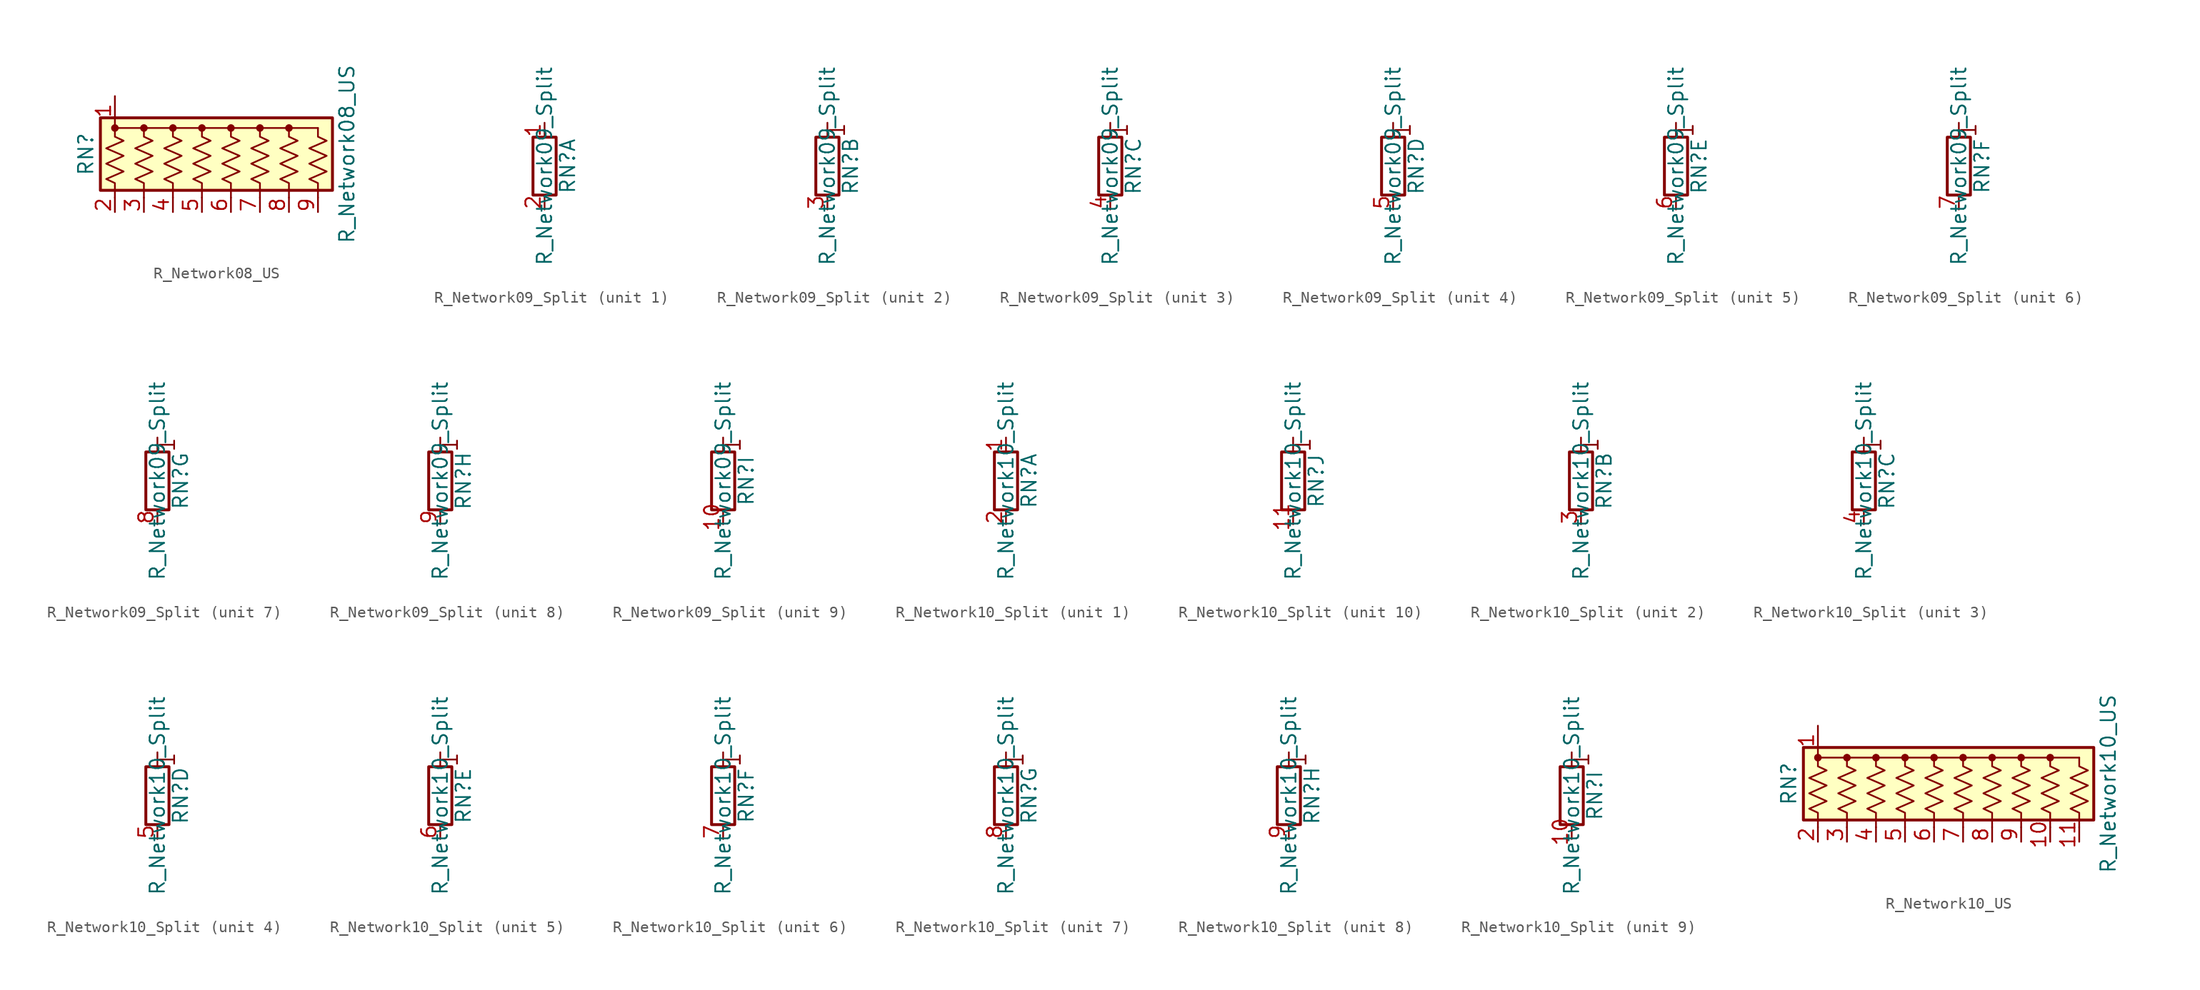
<source format=kicad_sym>
(kicad_symbol_lib
  (version 20211014)
  (generator kicad_symbol_editor)
  (symbol "R_Network08_US"
    (pin_names
      (offset 0) hide)
    (property "Reference" "RN"
      (at -12.7 0 90)
      (effects (font (size 1.27 1.27))))
    (property "Value" "R_Network08_US"
      (at 10.16 0 90)
      (effects (font (size 1.27 1.27))))
    (symbol "R_Network08_US_0_1"
      (rectangle (start -11.43 -3.175) (end 8.89 3.175) (stroke (width 0.254) (type default) (color 0 0 0 0)) (fill (type background)))
      (circle (center -10.16 2.286) (radius 0.254) (stroke (width 0) (type default) (color 0 0 0 0)) (fill (type outline)))
      (circle (center -7.62 2.286) (radius 0.254) (stroke (width 0) (type default) (color 0 0 0 0)) (fill (type outline)))
      (circle (center -5.08 2.286) (radius 0.254) (stroke (width 0) (type default) (color 0 0 0 0)) (fill (type outline)))
      (circle (center -2.54 2.286) (radius 0.254) (stroke (width 0) (type default) (color 0 0 0 0)) (fill (type outline)))
      (polyline (pts (xy -10.16 2.286) (xy 7.62 2.286)) (stroke (width 0) (type default) (color 0 0 0 0)) (fill (type none)))
      (polyline (pts (xy -10.16 2.286) (xy -10.16 1.524) (xy -9.398 1.168) (xy -10.922 0.508) (xy -9.398 -0.152) (xy -10.922 -0.838) (xy -9.398 -1.524) (xy -10.922 -2.184) (xy -10.16 -2.54) (xy -10.16 -3.81)) (stroke (width 0) (type default) (color 0 0 0 0)) (fill (type none)))
      (polyline (pts (xy -7.62 2.286) (xy -7.62 1.524) (xy -6.858 1.168) (xy -8.382 0.508) (xy -6.858 -0.152) (xy -8.382 -0.838) (xy -6.858 -1.524) (xy -8.382 -2.184) (xy -7.62 -2.54) (xy -7.62 -3.81)) (stroke (width 0) (type default) (color 0 0 0 0)) (fill (type none)))
      (polyline (pts (xy -5.08 2.286) (xy -5.08 1.524) (xy -4.318 1.168) (xy -5.842 0.508) (xy -4.318 -0.152) (xy -5.842 -0.838) (xy -4.318 -1.524) (xy -5.842 -2.184) (xy -5.08 -2.54) (xy -5.08 -3.81)) (stroke (width 0) (type default) (color 0 0 0 0)) (fill (type none)))
      (polyline (pts (xy -2.54 2.286) (xy -2.54 1.524) (xy -1.778 1.168) (xy -3.302 0.508) (xy -1.778 -0.152) (xy -3.302 -0.838) (xy -1.778 -1.524) (xy -3.302 -2.184) (xy -2.54 -2.54) (xy -2.54 -3.81)) (stroke (width 0) (type default) (color 0 0 0 0)) (fill (type none)))
      (polyline (pts (xy 0 2.286) (xy 0 1.524) (xy 0.762 1.168) (xy -0.762 0.508) (xy 0.762 -0.152) (xy -0.762 -0.838) (xy 0.762 -1.524) (xy -0.762 -2.184) (xy 0 -2.54) (xy 0 -3.81)) (stroke (width 0) (type default) (color 0 0 0 0)) (fill (type none)))
      (polyline (pts (xy 2.54 2.286) (xy 2.54 1.524) (xy 3.302 1.168) (xy 1.778 0.508) (xy 3.302 -0.152) (xy 1.778 -0.838) (xy 3.302 -1.524) (xy 1.778 -2.184) (xy 2.54 -2.54) (xy 2.54 -3.81)) (stroke (width 0) (type default) (color 0 0 0 0)) (fill (type none)))
      (polyline (pts (xy 5.08 2.286) (xy 5.08 1.524) (xy 5.842 1.168) (xy 4.318 0.508) (xy 5.842 -0.152) (xy 4.318 -0.838) (xy 5.842 -1.524) (xy 4.318 -2.184) (xy 5.08 -2.54) (xy 5.08 -3.81)) (stroke (width 0) (type default) (color 0 0 0 0)) (fill (type none)))
      (polyline (pts (xy 7.62 2.286) (xy 7.62 1.524) (xy 8.382 1.168) (xy 6.858 0.508) (xy 8.382 -0.152) (xy 6.858 -0.838) (xy 8.382 -1.524) (xy 6.858 -2.184) (xy 7.62 -2.54) (xy 7.62 -3.81)) (stroke (width 0) (type default) (color 0 0 0 0)) (fill (type none)))
      (circle (center 0 2.286) (radius 0.254) (stroke (width 0) (type default) (color 0 0 0 0)) (fill (type outline)))
      (circle (center 2.54 2.286) (radius 0.254) (stroke (width 0) (type default) (color 0 0 0 0)) (fill (type outline)))
      (circle (center 5.08 2.286) (radius 0.254) (stroke (width 0) (type default) (color 0 0 0 0)) (fill (type outline))))
    (symbol "R_Network08_US_1_1"
      (pin passive line (at -10.16 5.08 270) (length 2.54) (name "common" (effects (font (size 1.27 1.27)))) (number "1" (effects (font (size 1.27 1.27)))))
      (pin passive line (at -10.16 -5.08 90) (length 1.27) (name "R1" (effects (font (size 1.27 1.27)))) (number "2" (effects (font (size 1.27 1.27)))))
      (pin passive line (at -7.62 -5.08 90) (length 1.27) (name "R2" (effects (font (size 1.27 1.27)))) (number "3" (effects (font (size 1.27 1.27)))))
      (pin passive line (at -5.08 -5.08 90) (length 1.27) (name "R3" (effects (font (size 1.27 1.27)))) (number "4" (effects (font (size 1.27 1.27)))))
      (pin passive line (at -2.54 -5.08 90) (length 1.27) (name "R4" (effects (font (size 1.27 1.27)))) (number "5" (effects (font (size 1.27 1.27)))))
      (pin passive line (at 0 -5.08 90) (length 1.27) (name "R5" (effects (font (size 1.27 1.27)))) (number "6" (effects (font (size 1.27 1.27)))))
      (pin passive line (at 2.54 -5.08 90) (length 1.27) (name "R6" (effects (font (size 1.27 1.27)))) (number "7" (effects (font (size 1.27 1.27)))))
      (pin passive line (at 5.08 -5.08 90) (length 1.27) (name "R7" (effects (font (size 1.27 1.27)))) (number "8" (effects (font (size 1.27 1.27)))))
      (pin passive line (at 7.62 -5.08 90) (length 1.27) (name "R8" (effects (font (size 1.27 1.27)))) (number "9" (effects (font (size 1.27 1.27)))))))
  (symbol "R_Network09_Split"
    (pin_names
      (offset 0) hide)
    (property "Reference" "RN"
      (at 2.032 0 90)
      (effects (font (size 1.27 1.27))))
    (property "Value" "R_Network09_Split"
      (at 0 0 90)
      (effects (font (size 1.27 1.27))))
    (symbol "R_Network09_Split_0_1"
      (rectangle (start 1.016 2.54) (end -1.016 -2.54) (stroke (width 0.254) (type default) (color 0 0 0 0)) (fill (type none))))
    (symbol "R_Network09_Split_1_1"
      (pin passive line (at 0 3.81 270) (length 1.27) (name "R1.1" (effects (font (size 1.27 1.27)))) (number "1" (effects (font (size 1.27 1.27)))))
      (pin passive line (at 0 -3.81 90) (length 1.27) (name "R1.2" (effects (font (size 1.27 1.27)))) (number "2" (effects (font (size 1.27 1.27))))))
    (symbol "R_Network09_Split_2_1"
      (polyline (pts (xy 0 2.54) (xy 0 3.81)) (stroke (width 0) (type default) (color 0 0 0 0)) (fill (type none)))
      (text "1" (at 0.889 3.175 900) (effects (font (size 1.27 1.27))))
      (pin passive line (at 0 -3.81 90) (length 1.27) (name "R2.2" (effects (font (size 1.27 1.27)))) (number "3" (effects (font (size 1.27 1.27))))))
    (symbol "R_Network09_Split_3_1"
      (polyline (pts (xy 0 2.54) (xy 0 3.81)) (stroke (width 0) (type default) (color 0 0 0 0)) (fill (type none)))
      (text "1" (at 0.889 3.175 900) (effects (font (size 1.27 1.27))))
      (pin passive line (at 0 -3.81 90) (length 1.27) (name "R3.2" (effects (font (size 1.27 1.27)))) (number "4" (effects (font (size 1.27 1.27))))))
    (symbol "R_Network09_Split_4_1"
      (polyline (pts (xy 0 2.54) (xy 0 3.81)) (stroke (width 0) (type default) (color 0 0 0 0)) (fill (type none)))
      (text "1" (at 0.889 3.175 900) (effects (font (size 1.27 1.27))))
      (pin passive line (at 0 -3.81 90) (length 1.27) (name "R4.2" (effects (font (size 1.27 1.27)))) (number "5" (effects (font (size 1.27 1.27))))))
    (symbol "R_Network09_Split_5_1"
      (polyline (pts (xy 0 2.54) (xy 0 3.81)) (stroke (width 0) (type default) (color 0 0 0 0)) (fill (type none)))
      (text "1" (at 0.889 3.175 900) (effects (font (size 1.27 1.27))))
      (pin passive line (at 0 -3.81 90) (length 1.27) (name "R5.2" (effects (font (size 1.27 1.27)))) (number "6" (effects (font (size 1.27 1.27))))))
    (symbol "R_Network09_Split_6_1"
      (polyline (pts (xy 0 2.54) (xy 0 3.81)) (stroke (width 0) (type default) (color 0 0 0 0)) (fill (type none)))
      (text "1" (at 0.889 3.175 900) (effects (font (size 1.27 1.27))))
      (pin passive line (at 0 -3.81 90) (length 1.27) (name "R6.2" (effects (font (size 1.27 1.27)))) (number "7" (effects (font (size 1.27 1.27))))))
    (symbol "R_Network09_Split_7_1"
      (polyline (pts (xy 0 2.54) (xy 0 3.81)) (stroke (width 0) (type default) (color 0 0 0 0)) (fill (type none)))
      (text "1" (at 0.889 3.175 900) (effects (font (size 1.27 1.27))))
      (pin passive line (at 0 -3.81 90) (length 1.27) (name "R7.2" (effects (font (size 1.27 1.27)))) (number "8" (effects (font (size 1.27 1.27))))))
    (symbol "R_Network09_Split_8_1"
      (polyline (pts (xy 0 2.54) (xy 0 3.81)) (stroke (width 0) (type default) (color 0 0 0 0)) (fill (type none)))
      (text "1" (at 0.889 3.175 900) (effects (font (size 1.27 1.27))))
      (pin passive line (at 0 -3.81 90) (length 1.27) (name "R8.2" (effects (font (size 1.27 1.27)))) (number "9" (effects (font (size 1.27 1.27))))))
    (symbol "R_Network09_Split_9_1"
      (polyline (pts (xy 0 2.54) (xy 0 3.81)) (stroke (width 0) (type default) (color 0 0 0 0)) (fill (type none)))
      (text "1" (at 0.889 3.175 900) (effects (font (size 1.27 1.27))))
      (pin passive line (at 0 -3.81 90) (length 1.27) (name "R9.2" (effects (font (size 1.27 1.27)))) (number "10" (effects (font (size 1.27 1.27)))))))
  (symbol "R_Network10_Split"
    (pin_names
      (offset 0) hide)
    (property "Reference" "RN"
      (at 2.032 0 90)
      (effects (font (size 1.27 1.27))))
    (property "Value" "R_Network10_Split"
      (at 0 0 90)
      (effects (font (size 1.27 1.27))))
    (symbol "R_Network10_Split_0_1"
      (rectangle (start 1.016 2.54) (end -1.016 -2.54) (stroke (width 0.254) (type default) (color 0 0 0 0)) (fill (type none))))
    (symbol "R_Network10_Split_1_1"
      (pin passive line (at 0 3.81 270) (length 1.27) (name "R1.1" (effects (font (size 1.27 1.27)))) (number "1" (effects (font (size 1.27 1.27)))))
      (pin passive line (at 0 -3.81 90) (length 1.27) (name "R1.2" (effects (font (size 1.27 1.27)))) (number "2" (effects (font (size 1.27 1.27))))))
    (symbol "R_Network10_Split_2_1"
      (polyline (pts (xy 0 2.54) (xy 0 3.81)) (stroke (width 0) (type default) (color 0 0 0 0)) (fill (type none)))
      (text "1" (at 0.889 3.175 900) (effects (font (size 1.27 1.27))))
      (pin passive line (at 0 -3.81 90) (length 1.27) (name "R2.2" (effects (font (size 1.27 1.27)))) (number "3" (effects (font (size 1.27 1.27))))))
    (symbol "R_Network10_Split_3_1"
      (polyline (pts (xy 0 2.54) (xy 0 3.81)) (stroke (width 0) (type default) (color 0 0 0 0)) (fill (type none)))
      (text "1" (at 0.889 3.175 900) (effects (font (size 1.27 1.27))))
      (pin passive line (at 0 -3.81 90) (length 1.27) (name "R3.2" (effects (font (size 1.27 1.27)))) (number "4" (effects (font (size 1.27 1.27))))))
    (symbol "R_Network10_Split_4_1"
      (polyline (pts (xy 0 2.54) (xy 0 3.81)) (stroke (width 0) (type default) (color 0 0 0 0)) (fill (type none)))
      (text "1" (at 0.889 3.175 900) (effects (font (size 1.27 1.27))))
      (pin passive line (at 0 -3.81 90) (length 1.27) (name "R4.2" (effects (font (size 1.27 1.27)))) (number "5" (effects (font (size 1.27 1.27))))))
    (symbol "R_Network10_Split_5_1"
      (polyline (pts (xy 0 2.54) (xy 0 3.81)) (stroke (width 0) (type default) (color 0 0 0 0)) (fill (type none)))
      (text "1" (at 0.889 3.175 900) (effects (font (size 1.27 1.27))))
      (pin passive line (at 0 -3.81 90) (length 1.27) (name "R5.2" (effects (font (size 1.27 1.27)))) (number "6" (effects (font (size 1.27 1.27))))))
    (symbol "R_Network10_Split_6_1"
      (polyline (pts (xy 0 2.54) (xy 0 3.81)) (stroke (width 0) (type default) (color 0 0 0 0)) (fill (type none)))
      (text "1" (at 0.889 3.175 900) (effects (font (size 1.27 1.27))))
      (pin passive line (at 0 -3.81 90) (length 1.27) (name "R6.2" (effects (font (size 1.27 1.27)))) (number "7" (effects (font (size 1.27 1.27))))))
    (symbol "R_Network10_Split_7_1"
      (polyline (pts (xy 0 2.54) (xy 0 3.81)) (stroke (width 0) (type default) (color 0 0 0 0)) (fill (type none)))
      (text "1" (at 0.889 3.175 900) (effects (font (size 1.27 1.27))))
      (pin passive line (at 0 -3.81 90) (length 1.27) (name "R7.2" (effects (font (size 1.27 1.27)))) (number "8" (effects (font (size 1.27 1.27))))))
    (symbol "R_Network10_Split_8_1"
      (polyline (pts (xy 0 2.54) (xy 0 3.81)) (stroke (width 0) (type default) (color 0 0 0 0)) (fill (type none)))
      (text "1" (at 0.889 3.175 900) (effects (font (size 1.27 1.27))))
      (pin passive line (at 0 -3.81 90) (length 1.27) (name "R8.2" (effects (font (size 1.27 1.27)))) (number "9" (effects (font (size 1.27 1.27))))))
    (symbol "R_Network10_Split_9_1"
      (polyline (pts (xy 0 2.54) (xy 0 3.81)) (stroke (width 0) (type default) (color 0 0 0 0)) (fill (type none)))
      (text "1" (at 0.889 3.175 900) (effects (font (size 1.27 1.27))))
      (pin passive line (at 0 -3.81 90) (length 1.27) (name "R9.2" (effects (font (size 1.27 1.27)))) (number "10" (effects (font (size 1.27 1.27))))))
    (symbol "R_Network10_Split_10_1"
      (polyline (pts (xy 0 2.54) (xy 0 3.81)) (stroke (width 0) (type default) (color 0 0 0 0)) (fill (type none)))
      (text "1" (at 0.889 3.175 900) (effects (font (size 1.27 1.27))))
      (pin passive line (at 0 -3.81 90) (length 1.27) (name "R10.2" (effects (font (size 1.27 1.27)))) (number "11" (effects (font (size 1.27 1.27)))))))
  (symbol "R_Network10_US"
    (pin_names
      (offset 0) hide)
    (property "Reference" "RN"
      (at -15.24 0 90)
      (effects (font (size 1.27 1.27))))
    (property "Value" "R_Network10_US"
      (at 12.7 0 90)
      (effects (font (size 1.27 1.27))))
    (symbol "R_Network10_US_0_1"
      (rectangle (start -13.97 -3.175) (end 11.43 3.175) (stroke (width 0.254) (type default) (color 0 0 0 0)) (fill (type background)))
      (circle (center -12.7 2.286) (radius 0.254) (stroke (width 0) (type default) (color 0 0 0 0)) (fill (type outline)))
      (circle (center -10.16 2.286) (radius 0.254) (stroke (width 0) (type default) (color 0 0 0 0)) (fill (type outline)))
      (circle (center -7.62 2.286) (radius 0.254) (stroke (width 0) (type default) (color 0 0 0 0)) (fill (type outline)))
      (circle (center -5.08 2.286) (radius 0.254) (stroke (width 0) (type default) (color 0 0 0 0)) (fill (type outline)))
      (circle (center -2.54 2.286) (radius 0.254) (stroke (width 0) (type default) (color 0 0 0 0)) (fill (type outline)))
      (polyline (pts (xy -12.7 2.286) (xy 10.16 2.286)) (stroke (width 0) (type default) (color 0 0 0 0)) (fill (type none)))
      (polyline (pts (xy -12.7 2.286) (xy -12.7 1.524) (xy -11.938 1.168) (xy -13.462 0.508) (xy -11.938 -0.152) (xy -13.462 -0.838) (xy -11.938 -1.524) (xy -13.462 -2.184) (xy -12.7 -2.54) (xy -12.7 -3.81)) (stroke (width 0) (type default) (color 0 0 0 0)) (fill (type none)))
      (polyline (pts (xy -10.16 2.286) (xy -10.16 1.524) (xy -9.398 1.168) (xy -10.922 0.508) (xy -9.398 -0.152) (xy -10.922 -0.838) (xy -9.398 -1.524) (xy -10.922 -2.184) (xy -10.16 -2.54) (xy -10.16 -3.81)) (stroke (width 0) (type default) (color 0 0 0 0)) (fill (type none)))
      (polyline (pts (xy -7.62 2.286) (xy -7.62 1.524) (xy -6.858 1.168) (xy -8.382 0.508) (xy -6.858 -0.152) (xy -8.382 -0.838) (xy -6.858 -1.524) (xy -8.382 -2.184) (xy -7.62 -2.54) (xy -7.62 -3.81)) (stroke (width 0) (type default) (color 0 0 0 0)) (fill (type none)))
      (polyline (pts (xy -5.08 2.286) (xy -5.08 1.524) (xy -4.318 1.168) (xy -5.842 0.508) (xy -4.318 -0.152) (xy -5.842 -0.838) (xy -4.318 -1.524) (xy -5.842 -2.184) (xy -5.08 -2.54) (xy -5.08 -3.81)) (stroke (width 0) (type default) (color 0 0 0 0)) (fill (type none)))
      (polyline (pts (xy -2.54 2.286) (xy -2.54 1.524) (xy -1.778 1.168) (xy -3.302 0.508) (xy -1.778 -0.152) (xy -3.302 -0.838) (xy -1.778 -1.524) (xy -3.302 -2.184) (xy -2.54 -2.54) (xy -2.54 -3.81)) (stroke (width 0) (type default) (color 0 0 0 0)) (fill (type none)))
      (polyline (pts (xy 0 2.286) (xy 0 1.524) (xy 0.762 1.168) (xy -0.762 0.508) (xy 0.762 -0.152) (xy -0.762 -0.838) (xy 0.762 -1.524) (xy -0.762 -2.184) (xy 0 -2.54) (xy 0 -3.81)) (stroke (width 0) (type default) (color 0 0 0 0)) (fill (type none)))
      (polyline (pts (xy 2.54 2.286) (xy 2.54 1.524) (xy 3.302 1.168) (xy 1.778 0.508) (xy 3.302 -0.152) (xy 1.778 -0.838) (xy 3.302 -1.524) (xy 1.778 -2.184) (xy 2.54 -2.54) (xy 2.54 -3.81)) (stroke (width 0) (type default) (color 0 0 0 0)) (fill (type none)))
      (polyline (pts (xy 5.08 2.286) (xy 5.08 1.524) (xy 5.842 1.168) (xy 4.318 0.508) (xy 5.842 -0.152) (xy 4.318 -0.838) (xy 5.842 -1.524) (xy 4.318 -2.184) (xy 5.08 -2.54) (xy 5.08 -3.81)) (stroke (width 0) (type default) (color 0 0 0 0)) (fill (type none)))
      (polyline (pts (xy 7.62 2.286) (xy 7.62 1.524) (xy 8.382 1.168) (xy 6.858 0.508) (xy 8.382 -0.152) (xy 6.858 -0.838) (xy 8.382 -1.524) (xy 6.858 -2.184) (xy 7.62 -2.54) (xy 7.62 -3.81)) (stroke (width 0) (type default) (color 0 0 0 0)) (fill (type none)))
      (polyline (pts (xy 10.16 2.286) (xy 10.16 1.524) (xy 10.922 1.168) (xy 9.398 0.508) (xy 10.922 -0.152) (xy 9.398 -0.838) (xy 10.922 -1.524) (xy 9.398 -2.184) (xy 10.16 -2.54) (xy 10.16 -3.81)) (stroke (width 0) (type default) (color 0 0 0 0)) (fill (type none)))
      (circle (center 0 2.286) (radius 0.254) (stroke (width 0) (type default) (color 0 0 0 0)) (fill (type outline)))
      (circle (center 2.54 2.286) (radius 0.254) (stroke (width 0) (type default) (color 0 0 0 0)) (fill (type outline)))
      (circle (center 5.08 2.286) (radius 0.254) (stroke (width 0) (type default) (color 0 0 0 0)) (fill (type outline)))
      (circle (center 7.62 2.286) (radius 0.254) (stroke (width 0) (type default) (color 0 0 0 0)) (fill (type outline))))
    (symbol "R_Network10_US_1_1"
      (pin passive line (at -12.7 5.08 270) (length 2.54) (name "common" (effects (font (size 1.27 1.27)))) (number "1" (effects (font (size 1.27 1.27)))))
      (pin passive line (at 7.62 -5.08 90) (length 1.27) (name "R9" (effects (font (size 1.27 1.27)))) (number "10" (effects (font (size 1.27 1.27)))))
      (pin passive line (at 10.16 -5.08 90) (length 1.27) (name "R10" (effects (font (size 1.27 1.27)))) (number "11" (effects (font (size 1.27 1.27)))))
      (pin passive line (at -12.7 -5.08 90) (length 1.27) (name "R1" (effects (font (size 1.27 1.27)))) (number "2" (effects (font (size 1.27 1.27)))))
      (pin passive line (at -10.16 -5.08 90) (length 1.27) (name "R2" (effects (font (size 1.27 1.27)))) (number "3" (effects (font (size 1.27 1.27)))))
      (pin passive line (at -7.62 -5.08 90) (length 1.27) (name "R3" (effects (font (size 1.27 1.27)))) (number "4" (effects (font (size 1.27 1.27)))))
      (pin passive line (at -5.08 -5.08 90) (length 1.27) (name "R4" (effects (font (size 1.27 1.27)))) (number "5" (effects (font (size 1.27 1.27)))))
      (pin passive line (at -2.54 -5.08 90) (length 1.27) (name "R5" (effects (font (size 1.27 1.27)))) (number "6" (effects (font (size 1.27 1.27)))))
      (pin passive line (at 0 -5.08 90) (length 1.27) (name "R6" (effects (font (size 1.27 1.27)))) (number "7" (effects (font (size 1.27 1.27)))))
      (pin passive line (at 2.54 -5.08 90) (length 1.27) (name "R7" (effects (font (size 1.27 1.27)))) (number "8" (effects (font (size 1.27 1.27)))))
      (pin passive line (at 5.08 -5.08 90) (length 1.27) (name "R8" (effects (font (size 1.27 1.27)))) (number "9" (effects (font (size 1.27 1.27))))))))
</source>
